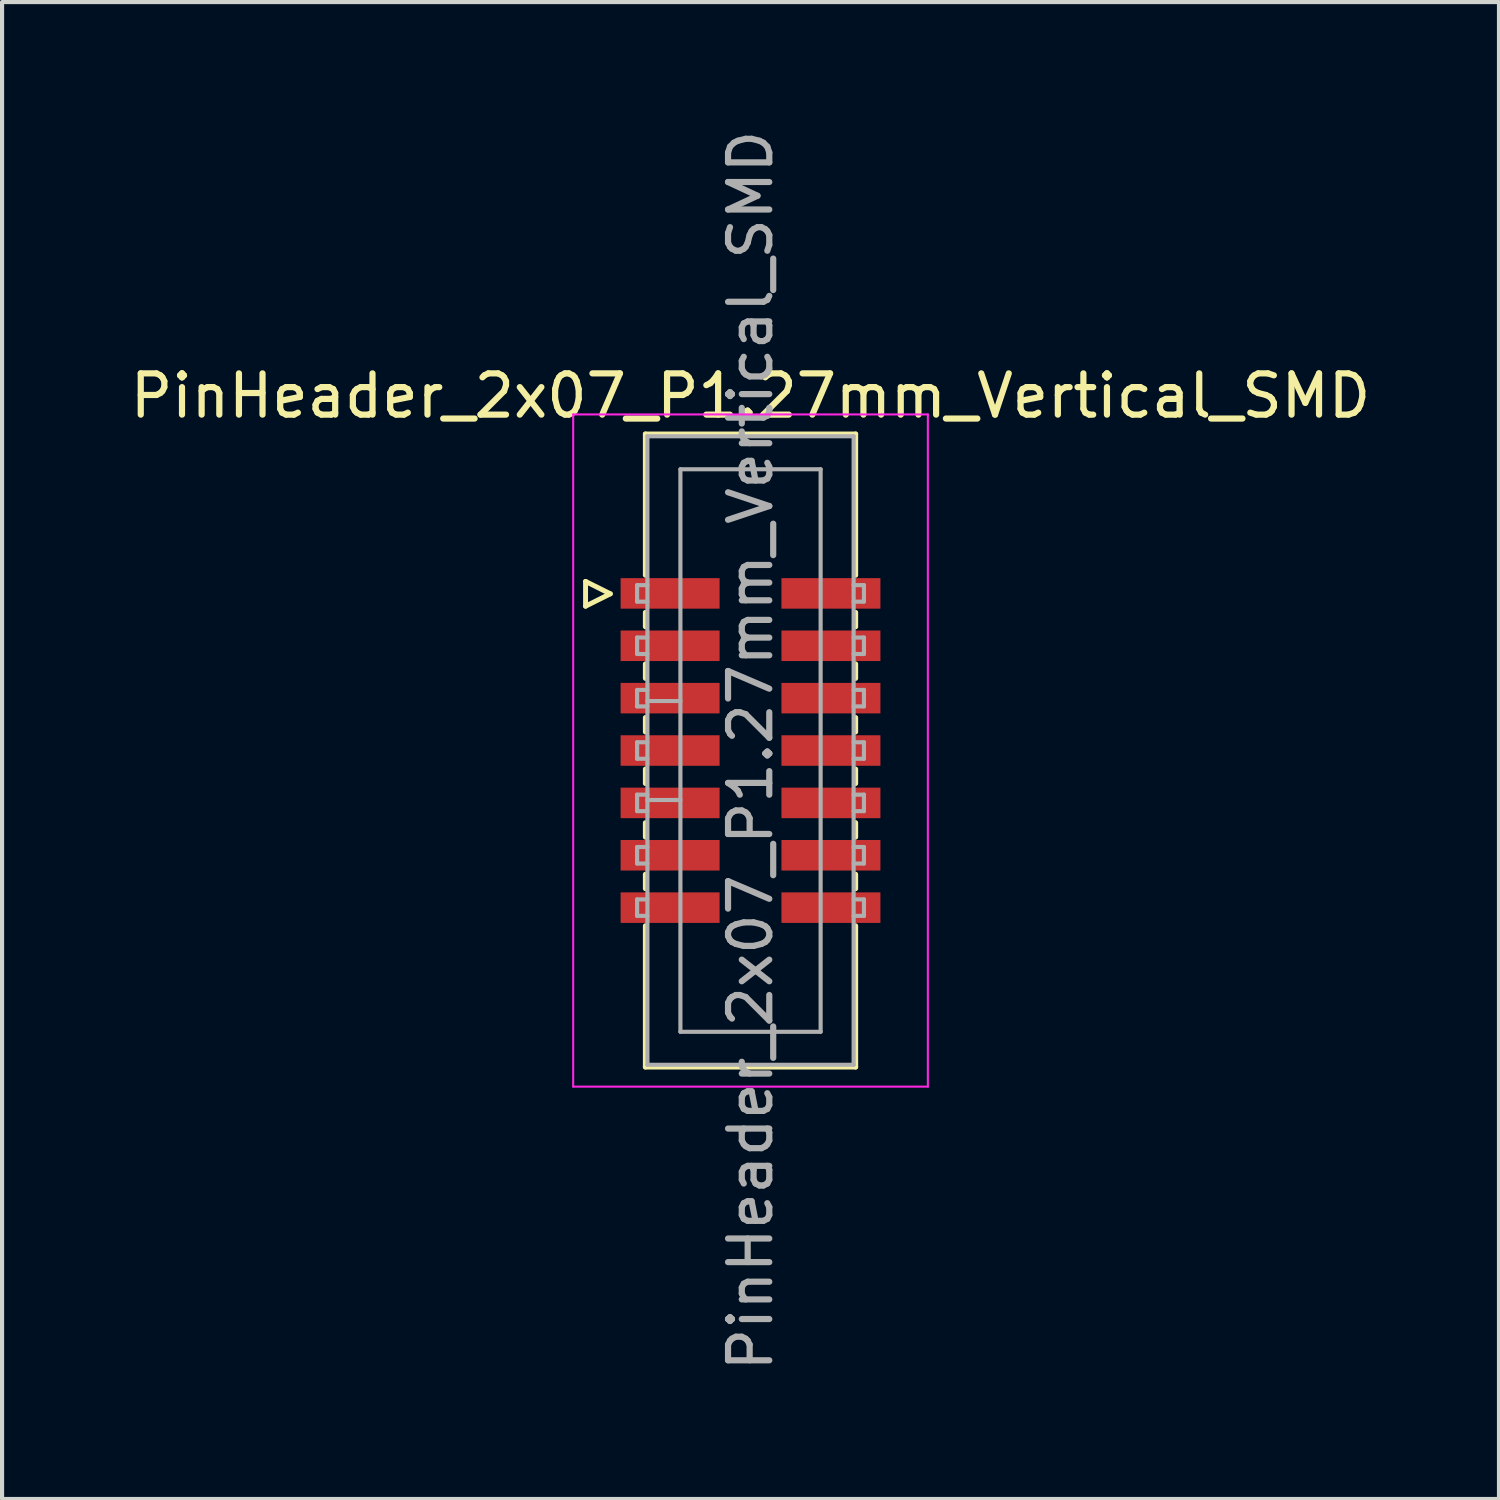
<source format=kicad_pcb>
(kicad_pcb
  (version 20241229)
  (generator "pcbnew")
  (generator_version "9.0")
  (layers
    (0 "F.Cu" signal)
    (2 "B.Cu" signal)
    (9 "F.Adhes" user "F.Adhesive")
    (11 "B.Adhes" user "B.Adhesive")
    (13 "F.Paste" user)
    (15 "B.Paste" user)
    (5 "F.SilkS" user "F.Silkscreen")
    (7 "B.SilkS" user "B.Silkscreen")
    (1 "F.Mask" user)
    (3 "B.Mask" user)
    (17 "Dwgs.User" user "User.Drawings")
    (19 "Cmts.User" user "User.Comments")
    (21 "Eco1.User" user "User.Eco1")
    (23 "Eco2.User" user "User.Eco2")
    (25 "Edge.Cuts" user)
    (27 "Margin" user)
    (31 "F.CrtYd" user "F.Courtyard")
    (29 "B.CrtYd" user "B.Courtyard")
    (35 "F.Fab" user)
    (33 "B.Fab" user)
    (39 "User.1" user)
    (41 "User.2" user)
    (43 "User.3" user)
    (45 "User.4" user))
  (footprint "PinHeader_2x07_P1.27mm_Vertical_SMD"
    (layer "F.Cu")
    (at 15.149 15.149)
    (property "Reference" "PinHeader_2x07_P1.27mm_Vertical_SMD" (at 0 -8.6 0) (layer "F.SilkS") (effects (font (size 1 1) (thickness 0.15))))
    (attr smd)
    (fp_line (start -4 -3.5) (end -4 -4.1) (stroke (width 0.12) (type default)) (layer "F.SilkS"))
    (fp_line (start -3.4 -3.8) (end -4 -4.1) (stroke (width 0.12) (type default)) (layer "F.SilkS"))
    (fp_line (start -3.4 -3.8) (end -4 -3.5) (stroke (width 0.12) (type default)) (layer "F.SilkS"))
    (fp_line (start -2.55 -7.675) (end 2.55 -7.675) (stroke (width 0.12) (type solid)) (layer "F.SilkS"))
    (fp_line (start -2.55 -4.25) (end -2.55 -7.675) (stroke (width 0.12) (type solid)) (layer "F.SilkS"))
    (fp_line (start -2.55 -3.35) (end -2.55 -3) (stroke (width 0.12) (type solid)) (layer "F.SilkS"))
    (fp_line (start -2.55 -2.1) (end -2.55 -1.75) (stroke (width 0.12) (type solid)) (layer "F.SilkS"))
    (fp_line (start -2.55 -0.8) (end -2.55 -0.45) (stroke (width 0.12) (type solid)) (layer "F.SilkS"))
    (fp_line (start -2.55 0.45) (end -2.55 0.8) (stroke (width 0.12) (type solid)) (layer "F.SilkS"))
    (fp_line (start -2.55 1.75) (end -2.55 2.1) (stroke (width 0.12) (type solid)) (layer "F.SilkS"))
    (fp_line (start -2.55 3) (end -2.55 3.35) (stroke (width 0.12) (type solid)) (layer "F.SilkS"))
    (fp_line (start -2.55 4.25) (end -2.55 7.675) (stroke (width 0.12) (type solid)) (layer "F.SilkS"))
    (fp_line (start -2.55 7.675) (end 2.55 7.675) (stroke (width 0.12) (type solid)) (layer "F.SilkS"))
    (fp_line (start 2.55 -4.25) (end 2.55 -7.675) (stroke (width 0.12) (type solid)) (layer "F.SilkS"))
    (fp_line (start 2.55 -3.35) (end 2.55 -3) (stroke (width 0.12) (type solid)) (layer "F.SilkS"))
    (fp_line (start 2.55 -2.1) (end 2.55 -1.75) (stroke (width 0.12) (type solid)) (layer "F.SilkS"))
    (fp_line (start 2.55 -0.8) (end 2.55 -0.45) (stroke (width 0.12) (type solid)) (layer "F.SilkS"))
    (fp_line (start 2.55 0.45) (end 2.55 0.8) (stroke (width 0.12) (type solid)) (layer "F.SilkS"))
    (fp_line (start 2.55 1.75) (end 2.55 2.1) (stroke (width 0.12) (type solid)) (layer "F.SilkS"))
    (fp_line (start 2.55 3) (end 2.55 3.35) (stroke (width 0.12) (type solid)) (layer "F.SilkS"))
    (fp_line (start 2.55 4.25) (end 2.55 7.675) (stroke (width 0.12) (type solid)) (layer "F.SilkS"))
    (fp_line (start -4.3 -8.15) (end -4.3 8.15) (stroke (width 0.05) (type solid)) (layer "F.CrtYd"))
    (fp_line (start -4.3 8.15) (end 4.3 8.15) (stroke (width 0.05) (type solid)) (layer "F.CrtYd"))
    (fp_line (start 4.3 -8.15) (end -4.3 -8.15) (stroke (width 0.05) (type solid)) (layer "F.CrtYd"))
    (fp_line (start 4.3 8.15) (end 4.3 -8.15) (stroke (width 0.05) (type solid)) (layer "F.CrtYd"))
    (fp_line (start -2.75 -4.01) (end -2.75 -3.61) (stroke (width 0.1) (type solid)) (layer "F.Fab"))
    (fp_line (start -2.75 -3.61) (end -2.5 -3.61) (stroke (width 0.1) (type solid)) (layer "F.Fab"))
    (fp_line (start -2.75 -2.74) (end -2.75 -2.34) (stroke (width 0.1) (type solid)) (layer "F.Fab"))
    (fp_line (start -2.75 -2.34) (end -2.5 -2.34) (stroke (width 0.1) (type solid)) (layer "F.Fab"))
    (fp_line (start -2.75 -1.47) (end -2.75 -1.07) (stroke (width 0.1) (type solid)) (layer "F.Fab"))
    (fp_line (start -2.75 -1.07) (end -2.5 -1.07) (stroke (width 0.1) (type solid)) (layer "F.Fab"))
    (fp_line (start -2.75 -0.2) (end -2.75 0.2) (stroke (width 0.1) (type solid)) (layer "F.Fab"))
    (fp_line (start -2.75 0.2) (end -2.5 0.2) (stroke (width 0.1) (type solid)) (layer "F.Fab"))
    (fp_line (start -2.75 1.07) (end -2.75 1.47) (stroke (width 0.1) (type solid)) (layer "F.Fab"))
    (fp_line (start -2.75 1.47) (end -2.5 1.47) (stroke (width 0.1) (type solid)) (layer "F.Fab"))
    (fp_line (start -2.75 2.34) (end -2.75 2.74) (stroke (width 0.1) (type solid)) (layer "F.Fab"))
    (fp_line (start -2.75 2.74) (end -2.5 2.74) (stroke (width 0.1) (type solid)) (layer "F.Fab"))
    (fp_line (start -2.75 3.61) (end -2.75 4.01) (stroke (width 0.1) (type solid)) (layer "F.Fab"))
    (fp_line (start -2.75 4.01) (end -2.5 4.01) (stroke (width 0.1) (type solid)) (layer "F.Fab"))
    (fp_line (start -2.5 -7.62) (end -2.5 7.62) (stroke (width 0.1) (type solid)) (layer "F.Fab"))
    (fp_line (start -2.5 -4.01) (end -2.75 -4.01) (stroke (width 0.1) (type solid)) (layer "F.Fab"))
    (fp_line (start -2.5 -2.74) (end -2.75 -2.74) (stroke (width 0.1) (type solid)) (layer "F.Fab"))
    (fp_line (start -2.5 -1.47) (end -2.745 -1.47) (stroke (width 0.1) (type solid)) (layer "F.Fab"))
    (fp_line (start -2.5 -0.2) (end -2.75 -0.2) (stroke (width 0.1) (type solid)) (layer "F.Fab"))
    (fp_line (start -2.5 1.07) (end -2.75 1.07) (stroke (width 0.1) (type solid)) (layer "F.Fab"))
    (fp_line (start -2.5 2.34) (end -2.75 2.34) (stroke (width 0.1) (type solid)) (layer "F.Fab"))
    (fp_line (start -2.5 3.61) (end -2.75 3.61) (stroke (width 0.1) (type solid)) (layer "F.Fab"))
    (fp_line (start -1.7 -6.82) (end -1.7 6.82) (stroke (width 0.1) (type solid)) (layer "F.Fab"))
    (fp_line (start -1.7 -1.2) (end -2.5 -1.2) (stroke (width 0.1) (type solid)) (layer "F.Fab"))
    (fp_line (start -1.7 1.2) (end -2.5 1.2) (stroke (width 0.1) (type solid)) (layer "F.Fab"))
    (fp_line (start 1.7 -6.82) (end -1.7 -6.82) (stroke (width 0.1) (type solid)) (layer "F.Fab"))
    (fp_line (start 1.7 -6.82) (end 1.7 6.82) (stroke (width 0.1) (type solid)) (layer "F.Fab"))
    (fp_line (start 1.7 6.82) (end -1.7 6.82) (stroke (width 0.1) (type solid)) (layer "F.Fab"))
    (fp_line (start 2.5 -7.62) (end -2.5 -7.62) (stroke (width 0.1) (type solid)) (layer "F.Fab"))
    (fp_line (start 2.5 -7.62) (end 2.5 7.62) (stroke (width 0.1) (type solid)) (layer "F.Fab"))
    (fp_line (start 2.5 -4.01) (end 2.75 -4.01) (stroke (width 0.1) (type solid)) (layer "F.Fab"))
    (fp_line (start 2.5 -2.74) (end 2.75 -2.74) (stroke (width 0.1) (type solid)) (layer "F.Fab"))
    (fp_line (start 2.5 -1.47) (end 2.75 -1.47) (stroke (width 0.1) (type solid)) (layer "F.Fab"))
    (fp_line (start 2.5 -0.2) (end 2.75 -0.2) (stroke (width 0.1) (type solid)) (layer "F.Fab"))
    (fp_line (start 2.5 1.07) (end 2.75 1.07) (stroke (width 0.1) (type solid)) (layer "F.Fab"))
    (fp_line (start 2.5 2.34) (end 2.75 2.34) (stroke (width 0.1) (type solid)) (layer "F.Fab"))
    (fp_line (start 2.5 3.61) (end 2.75 3.61) (stroke (width 0.1) (type solid)) (layer "F.Fab"))
    (fp_line (start 2.5 7.62) (end -2.5 7.62) (stroke (width 0.1) (type solid)) (layer "F.Fab"))
    (fp_line (start 2.745 -3.61) (end 2.5 -3.61) (stroke (width 0.1) (type solid)) (layer "F.Fab"))
    (fp_line (start 2.75 -4.01) (end 2.75 -3.61) (stroke (width 0.1) (type solid)) (layer "F.Fab"))
    (fp_line (start 2.75 -2.74) (end 2.75 -2.34) (stroke (width 0.1) (type solid)) (layer "F.Fab"))
    (fp_line (start 2.75 -2.34) (end 2.5 -2.34) (stroke (width 0.1) (type solid)) (layer "F.Fab"))
    (fp_line (start 2.75 -1.47) (end 2.75 -1.07) (stroke (width 0.1) (type solid)) (layer "F.Fab"))
    (fp_line (start 2.75 -1.07) (end 2.5 -1.07) (stroke (width 0.1) (type solid)) (layer "F.Fab"))
    (fp_line (start 2.75 -0.2) (end 2.75 0.2) (stroke (width 0.1) (type solid)) (layer "F.Fab"))
    (fp_line (start 2.75 0.2) (end 2.5 0.2) (stroke (width 0.1) (type solid)) (layer "F.Fab"))
    (fp_line (start 2.75 1.07) (end 2.75 1.47) (stroke (width 0.1) (type solid)) (layer "F.Fab"))
    (fp_line (start 2.75 1.47) (end 2.5 1.47) (stroke (width 0.1) (type solid)) (layer "F.Fab"))
    (fp_line (start 2.75 2.34) (end 2.75 2.74) (stroke (width 0.1) (type solid)) (layer "F.Fab"))
    (fp_line (start 2.75 2.74) (end 2.5 2.74) (stroke (width 0.1) (type solid)) (layer "F.Fab"))
    (fp_line (start 2.75 3.61) (end 2.75 4.01) (stroke (width 0.1) (type solid)) (layer "F.Fab"))
    (fp_line (start 2.75 4.01) (end 2.5 4.01) (stroke (width 0.1) (type solid)) (layer "F.Fab"))
    (fp_text user "${REFERENCE}" (at 0 0 90) (layer "F.Fab") (effects (font (size 1 1) (thickness 0.15))))
    (pad "1" smd rect (at -1.95 -3.81) (size 2.4 0.74) (layers "F.Cu" "F.Mask" "F.Paste"))
    (pad "2" smd rect (at 1.95 -3.81) (size 2.4 0.74) (layers "F.Cu" "F.Mask" "F.Paste"))
    (pad "3" smd rect (at -1.95 -2.54) (size 2.4 0.74) (layers "F.Cu" "F.Mask" "F.Paste"))
    (pad "4" smd rect (at 1.95 -2.54) (size 2.4 0.74) (layers "F.Cu" "F.Mask" "F.Paste"))
    (pad "5" smd rect (at -1.95 -1.27) (size 2.4 0.74) (layers "F.Cu" "F.Mask" "F.Paste"))
    (pad "6" smd rect (at 1.95 -1.27) (size 2.4 0.74) (layers "F.Cu" "F.Mask" "F.Paste"))
    (pad "7" smd rect (at -1.95 0) (size 2.4 0.74) (layers "F.Cu" "F.Mask" "F.Paste"))
    (pad "8" smd rect (at 1.95 0) (size 2.4 0.74) (layers "F.Cu" "F.Mask" "F.Paste"))
    (pad "9" smd rect (at -1.95 1.27) (size 2.4 0.74) (layers "F.Cu" "F.Mask" "F.Paste"))
    (pad "10" smd rect (at 1.95 1.27) (size 2.4 0.74) (layers "F.Cu" "F.Mask" "F.Paste"))
    (pad "11" smd rect (at -1.95 2.54) (size 2.4 0.74) (layers "F.Cu" "F.Mask" "F.Paste"))
    (pad "12" smd rect (at 1.95 2.54) (size 2.4 0.74) (layers "F.Cu" "F.Mask" "F.Paste"))
    (pad "13" smd rect (at -1.95 3.81) (size 2.4 0.74) (layers "F.Cu" "F.Mask" "F.Paste"))
    (pad "14" smd rect (at 1.95 3.81) (size 2.4 0.74) (layers "F.Cu" "F.Mask" "F.Paste")))
  (gr_rect
    (start -3 -3)
    (end 33.298 33.298)
    (stroke (width 0.1) (type default))
    (fill no)
    (layer "Edge.Cuts")))
</source>
